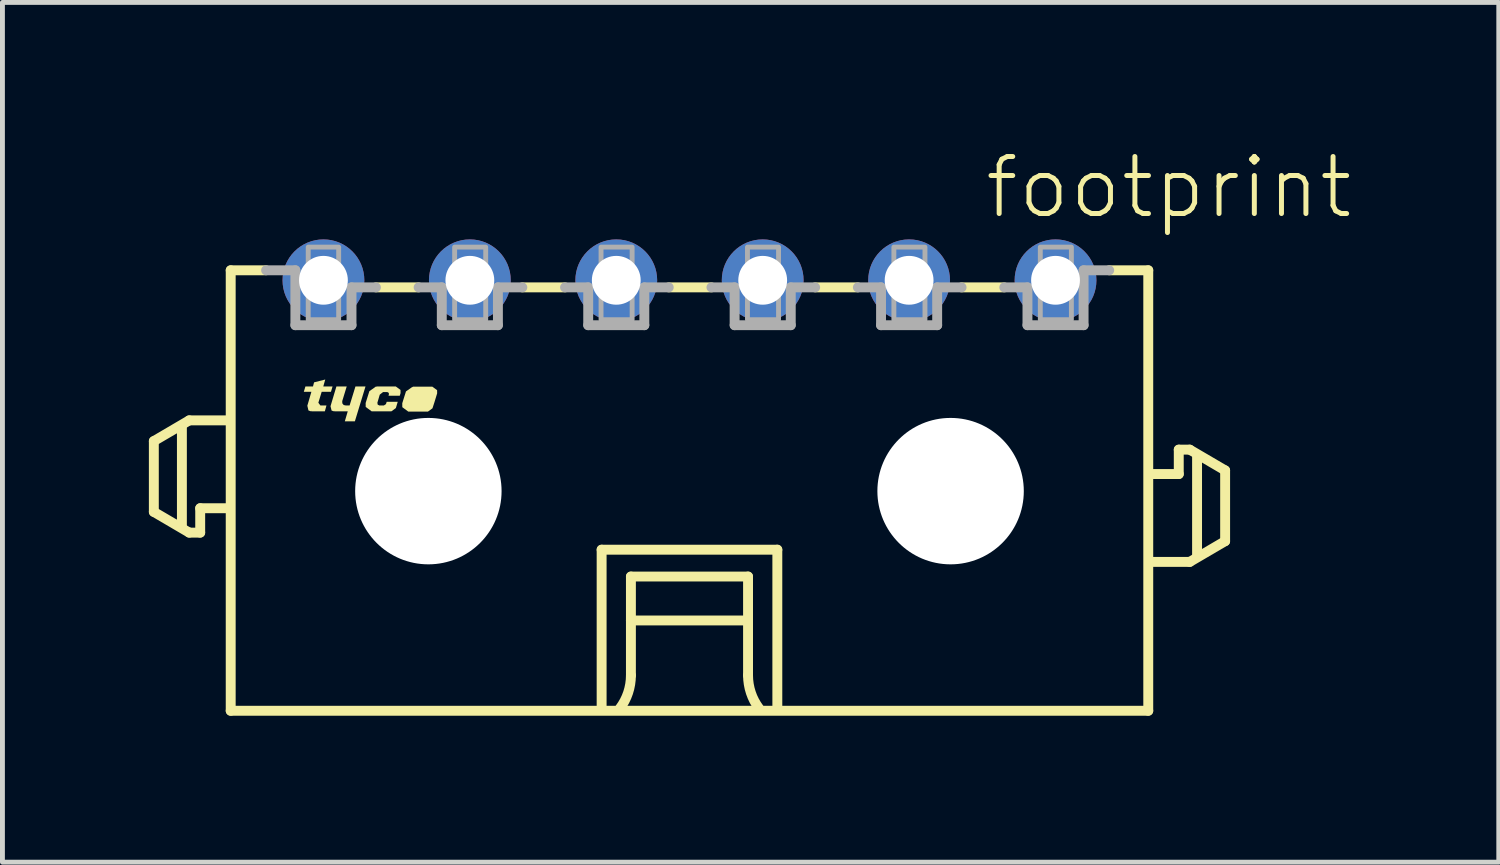
<source format=kicad_pcb>
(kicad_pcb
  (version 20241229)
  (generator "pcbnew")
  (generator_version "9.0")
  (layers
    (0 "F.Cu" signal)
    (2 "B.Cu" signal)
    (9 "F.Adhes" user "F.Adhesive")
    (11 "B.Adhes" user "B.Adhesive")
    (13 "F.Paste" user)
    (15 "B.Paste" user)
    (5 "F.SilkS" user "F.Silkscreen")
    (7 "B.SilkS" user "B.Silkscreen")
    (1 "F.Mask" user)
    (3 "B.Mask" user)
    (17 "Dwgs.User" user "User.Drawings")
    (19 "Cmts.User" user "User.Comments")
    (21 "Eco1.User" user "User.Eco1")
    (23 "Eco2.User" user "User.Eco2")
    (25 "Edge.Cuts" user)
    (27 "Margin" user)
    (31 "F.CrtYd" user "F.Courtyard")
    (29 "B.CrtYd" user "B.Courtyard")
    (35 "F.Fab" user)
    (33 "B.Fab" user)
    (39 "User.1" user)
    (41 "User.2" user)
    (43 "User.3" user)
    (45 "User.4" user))
  (footprint "footprint"
    (layer "F.Cu")
    (at 11.077 7.013)
    (property "Reference" "footprint" (at 6 -5.54 0) (layer "F.SilkS") (effects (font (size 1.168 1.168) (thickness 0.102)) (justify left bottom)))
    (fp_line (start -10.975 -1.025) (end -10.975 0.425) (stroke (width 0.203) (type solid)) (layer "F.SilkS"))
    (fp_line (start -10.975 0.425) (end -10.25 0.85) (stroke (width 0.203) (type solid)) (layer "F.SilkS"))
    (fp_line (start -10.4 0.7) (end -10.4 -1.3) (stroke (width 0.203) (type solid)) (layer "F.SilkS"))
    (fp_line (start -10.25 -1.45) (end -10.975 -1.025) (stroke (width 0.203) (type solid)) (layer "F.SilkS"))
    (fp_line (start -10.25 0.85) (end -10.025 0.85) (stroke (width 0.203) (type solid)) (layer "F.SilkS"))
    (fp_line (start -10.025 0.35) (end -9.5 0.35) (stroke (width 0.203) (type solid)) (layer "F.SilkS"))
    (fp_line (start -10.025 0.85) (end -10.025 0.35) (stroke (width 0.203) (type solid)) (layer "F.SilkS"))
    (fp_line (start -9.5 -1.45) (end -10.25 -1.45) (stroke (width 0.203) (type solid)) (layer "F.SilkS"))
    (fp_line (start -9.4 -4.525) (end -9.4 4.5) (stroke (width 0.203) (type solid)) (layer "F.SilkS"))
    (fp_line (start -9.4 -4.525) (end -8.675 -4.525) (stroke (width 0.203) (type solid)) (layer "F.SilkS"))
    (fp_line (start -9.4 4.5) (end 9.4 4.5) (stroke (width 0.203) (type solid)) (layer "F.SilkS"))
    (fp_line (start -5.55 -4.175) (end -6.425 -4.175) (stroke (width 0.203) (type solid)) (layer "F.SilkS"))
    (fp_line (start -2.55 -4.175) (end -3.425 -4.175) (stroke (width 0.203) (type solid)) (layer "F.SilkS"))
    (fp_line (start -1.8 1.2) (end 1.8 1.2) (stroke (width 0.203) (type solid)) (layer "F.SilkS"))
    (fp_line (start -1.8 4.4) (end -1.8 1.2) (stroke (width 0.203) (type solid)) (layer "F.SilkS"))
    (fp_line (start -1.2 1.75) (end -1.2 2.65) (stroke (width 0.203) (type solid)) (layer "F.SilkS"))
    (fp_line (start -1.2 2.65) (end -1.2 3.775) (stroke (width 0.203) (type solid)) (layer "F.SilkS"))
    (fp_line (start -1.2 2.65) (end 1.2 2.65) (stroke (width 0.203) (type solid)) (layer "F.SilkS"))
    (fp_line (start 0.45 -4.175) (end -0.425 -4.175) (stroke (width 0.203) (type solid)) (layer "F.SilkS"))
    (fp_line (start 1.2 1.75) (end -1.2 1.75) (stroke (width 0.203) (type solid)) (layer "F.SilkS"))
    (fp_line (start 1.2 2.65) (end 1.2 1.75) (stroke (width 0.203) (type solid)) (layer "F.SilkS"))
    (fp_line (start 1.2 2.65) (end 1.2 3.775) (stroke (width 0.203) (type solid)) (layer "F.SilkS"))
    (fp_line (start 1.8 1.2) (end 1.8 4.4) (stroke (width 0.203) (type solid)) (layer "F.SilkS"))
    (fp_line (start 3.45 -4.175) (end 2.575 -4.175) (stroke (width 0.203) (type solid)) (layer "F.SilkS"))
    (fp_line (start 6.45 -4.175) (end 5.575 -4.175) (stroke (width 0.203) (type solid)) (layer "F.SilkS"))
    (fp_line (start 9.4 -4.525) (end 8.6 -4.525) (stroke (width 0.203) (type solid)) (layer "F.SilkS"))
    (fp_line (start 9.4 4.5) (end 9.4 -4.525) (stroke (width 0.203) (type solid)) (layer "F.SilkS"))
    (fp_line (start 9.5 1.45) (end 10.25 1.45) (stroke (width 0.203) (type solid)) (layer "F.SilkS"))
    (fp_line (start 10.025 -0.85) (end 10.025 -0.35) (stroke (width 0.203) (type solid)) (layer "F.SilkS"))
    (fp_line (start 10.025 -0.35) (end 9.5 -0.35) (stroke (width 0.203) (type solid)) (layer "F.SilkS"))
    (fp_line (start 10.25 -0.85) (end 10.025 -0.85) (stroke (width 0.203) (type solid)) (layer "F.SilkS"))
    (fp_line (start 10.25 1.45) (end 10.975 1.025) (stroke (width 0.203) (type solid)) (layer "F.SilkS"))
    (fp_line (start 10.4 1.3) (end 10.4 -0.7) (stroke (width 0.203) (type solid)) (layer "F.SilkS"))
    (fp_line (start 10.975 -0.425) (end 10.25 -0.85) (stroke (width 0.203) (type solid)) (layer "F.SilkS"))
    (fp_line (start 10.975 1.025) (end 10.975 -0.425) (stroke (width 0.203) (type solid)) (layer "F.SilkS"))
    (fp_arc (start -1.2 3.775) (mid -1.257731 4.130756) (end -1.425 4.449999) (stroke (width 0.2032) (type solid)) (layer "F.SilkS"))
    (fp_arc (start 1.425 4.449999) (mid 1.257732 4.130756) (end 1.2 3.775) (stroke (width 0.2032) (type solid)) (layer "F.SilkS"))
    (fp_poly (pts (xy -7.115 -1.844) (xy -7.113 -1.799) (xy -7.085 -1.764) (xy -7.039 -1.755) (xy -6.964 -1.755) (xy -6.844 -2.145) (xy -6.638 -2.145) (xy -6.856 -1.43) (xy -7.062 -1.43) (xy -7.002 -1.635) (xy -7.28 -1.635) (xy -7.28 -1.645) (xy -7.285 -1.645) (xy -7.285 -1.64) (xy -7.287 -1.635) (xy -7.333 -1.651) (xy -7.355 -1.74) (xy -7.234 -2.145) (xy -7.023 -2.145)) (stroke (width 0) (type solid)) (fill yes) (layer "F.SilkS"))
    (fp_poly (pts (xy -7.503 -2.145) (xy -7.313 -2.145) (xy -7.346 -2.035) (xy -7.536 -2.035) (xy -7.604 -1.811) (xy -7.562 -1.755) (xy -7.438 -1.755) (xy -7.471 -1.635) (xy -7.75 -1.635) (xy -7.75 -1.645) (xy -7.755 -1.645) (xy -7.755 -1.64) (xy -7.757 -1.635) (xy -7.807 -1.653) (xy -7.83 -1.75) (xy -7.747 -2.035) (xy -7.902 -2.035) (xy -7.869 -2.145) (xy -7.714 -2.145) (xy -7.692 -2.229) (xy -7.463 -2.287)) (stroke (width 0) (type solid)) (fill yes) (layer "F.SilkS"))
    (fp_poly (pts (xy -5.171 -2.069) (xy -5.17 -2.005) (xy -5.17 -2.004) (xy -5.223 -1.83) (xy -5.223 -1.83) (xy -5.225 -1.823) (xy -5.226 -1.82) (xy -5.226 -1.82) (xy -5.266 -1.697) (xy -5.358 -1.63) (xy -5.762 -1.63) (xy -5.884 -1.72) (xy -5.885 -1.8) (xy -5.885 -1.801) (xy -5.809 -2.043) (xy -5.673 -2.139) (xy -5.67 -2.135) (xy -5.67 -2.13) (xy -5.665 -2.13) (xy -5.665 -2.14) (xy -5.268 -2.14)) (stroke (width 0) (type solid)) (fill yes) (layer "F.SilkS"))
    (fp_poly (pts (xy -5.921 -2.074) (xy -5.92 -2.01) (xy -5.92 -2.009) (xy -5.936 -1.955) (xy -6.167 -1.955) (xy -6.16 -1.976) (xy -6.158 -2.001) (xy -6.172 -2.022) (xy -6.196 -2.03) (xy -6.278 -2.03) (xy -6.346 -1.977) (xy -6.395 -1.81) (xy -6.388 -1.772) (xy -6.354 -1.755) (xy -6.262 -1.755) (xy -6.219 -1.783) (xy -6.204 -1.83) (xy -5.978 -1.83) (xy -6.016 -1.702) (xy -6.108 -1.635) (xy -6.512 -1.635) (xy -6.634 -1.725) (xy -6.635 -1.805) (xy -6.635 -1.806) (xy -6.559 -2.048) (xy -6.423 -2.144) (xy -6.42 -2.14) (xy -6.42 -2.135) (xy -6.415 -2.135) (xy -6.415 -2.145) (xy -6.018 -2.145)) (stroke (width 0) (type solid)) (fill yes) (layer "F.SilkS"))
    (fp_line (start -8.075 -4.525) (end -8.675 -4.525) (stroke (width 0.203) (type solid)) (layer "F.Fab"))
    (fp_line (start -8.075 -3.4) (end -8.075 -4.525) (stroke (width 0.203) (type solid)) (layer "F.Fab"))
    (fp_line (start -6.925 -4.175) (end -6.925 -3.4) (stroke (width 0.203) (type solid)) (layer "F.Fab"))
    (fp_line (start -6.925 -3.4) (end -8.075 -3.4) (stroke (width 0.203) (type solid)) (layer "F.Fab"))
    (fp_line (start -6.425 -4.175) (end -6.925 -4.175) (stroke (width 0.203) (type solid)) (layer "F.Fab"))
    (fp_line (start -5.075 -4.175) (end -5.55 -4.175) (stroke (width 0.203) (type solid)) (layer "F.Fab"))
    (fp_line (start -5.075 -3.4) (end -5.075 -4.175) (stroke (width 0.203) (type solid)) (layer "F.Fab"))
    (fp_line (start -3.925 -4.175) (end -3.925 -3.4) (stroke (width 0.203) (type solid)) (layer "F.Fab"))
    (fp_line (start -3.925 -3.4) (end -5.075 -3.4) (stroke (width 0.203) (type solid)) (layer "F.Fab"))
    (fp_line (start -3.425 -4.175) (end -3.925 -4.175) (stroke (width 0.203) (type solid)) (layer "F.Fab"))
    (fp_line (start -2.075 -4.175) (end -2.55 -4.175) (stroke (width 0.203) (type solid)) (layer "F.Fab"))
    (fp_line (start -2.075 -3.4) (end -2.075 -4.175) (stroke (width 0.203) (type solid)) (layer "F.Fab"))
    (fp_line (start -0.925 -4.175) (end -0.925 -3.4) (stroke (width 0.203) (type solid)) (layer "F.Fab"))
    (fp_line (start -0.925 -3.4) (end -2.075 -3.4) (stroke (width 0.203) (type solid)) (layer "F.Fab"))
    (fp_line (start -0.425 -4.175) (end -0.925 -4.175) (stroke (width 0.203) (type solid)) (layer "F.Fab"))
    (fp_line (start 0.925 -4.175) (end 0.45 -4.175) (stroke (width 0.203) (type solid)) (layer "F.Fab"))
    (fp_line (start 0.925 -3.4) (end 0.925 -4.175) (stroke (width 0.203) (type solid)) (layer "F.Fab"))
    (fp_line (start 2.075 -4.175) (end 2.075 -3.4) (stroke (width 0.203) (type solid)) (layer "F.Fab"))
    (fp_line (start 2.075 -3.4) (end 0.925 -3.4) (stroke (width 0.203) (type solid)) (layer "F.Fab"))
    (fp_line (start 2.575 -4.175) (end 2.075 -4.175) (stroke (width 0.203) (type solid)) (layer "F.Fab"))
    (fp_line (start 3.925 -4.175) (end 3.45 -4.175) (stroke (width 0.203) (type solid)) (layer "F.Fab"))
    (fp_line (start 3.925 -3.4) (end 3.925 -4.175) (stroke (width 0.203) (type solid)) (layer "F.Fab"))
    (fp_line (start 5.075 -4.175) (end 5.075 -3.4) (stroke (width 0.203) (type solid)) (layer "F.Fab"))
    (fp_line (start 5.075 -3.4) (end 3.925 -3.4) (stroke (width 0.203) (type solid)) (layer "F.Fab"))
    (fp_line (start 5.575 -4.175) (end 5.075 -4.175) (stroke (width 0.203) (type solid)) (layer "F.Fab"))
    (fp_line (start 6.925 -4.175) (end 6.45 -4.175) (stroke (width 0.203) (type solid)) (layer "F.Fab"))
    (fp_line (start 6.925 -3.4) (end 6.925 -4.175) (stroke (width 0.203) (type solid)) (layer "F.Fab"))
    (fp_line (start 8.075 -4.525) (end 8.075 -3.4) (stroke (width 0.203) (type solid)) (layer "F.Fab"))
    (fp_line (start 8.075 -3.4) (end 6.925 -3.4) (stroke (width 0.203) (type solid)) (layer "F.Fab"))
    (fp_line (start 8.6 -4.525) (end 8.075 -4.525) (stroke (width 0.203) (type solid)) (layer "F.Fab"))
    (fp_poly (pts (xy -7.812 -3.513) (xy -7.188 -3.513) (xy -7.188 -5) (xy -7.812 -5)) (stroke (width 0.1) (type solid)) (fill no) (layer "F.Fab"))
    (fp_poly (pts (xy -4.812 -3.513) (xy -4.175 -3.513) (xy -4.175 -5) (xy -4.812 -5)) (stroke (width 0.1) (type solid)) (fill no) (layer "F.Fab"))
    (fp_poly (pts (xy -1.812 -3.513) (xy -1.175 -3.513) (xy -1.175 -5) (xy -1.812 -5)) (stroke (width 0.1) (type solid)) (fill no) (layer "F.Fab"))
    (fp_poly (pts (xy 1.188 -3.513) (xy 1.825 -3.513) (xy 1.825 -5) (xy 1.188 -5)) (stroke (width 0.1) (type solid)) (fill no) (layer "F.Fab"))
    (fp_poly (pts (xy 4.188 -3.513) (xy 4.825 -3.513) (xy 4.825 -5) (xy 4.188 -5)) (stroke (width 0.1) (type solid)) (fill no) (layer "F.Fab"))
    (fp_poly (pts (xy 7.188 -3.513) (xy 7.825 -3.513) (xy 7.825 -5) (xy 7.188 -5)) (stroke (width 0.1) (type solid)) (fill no) (layer "F.Fab"))
    (pad "" np_thru_hole circle (at -5.35 0) (size 3 3) (drill 3) (layers "*.Cu" "*.Mask"))
    (pad "" np_thru_hole circle (at 5.35 0) (size 3 3) (drill 3) (layers "*.Cu" "*.Mask"))
    (pad "1" thru_hole circle (at 7.5 -4.32) (size 1.676 1.676) (drill 1) (layers "*.Cu" "*.Mask"))
    (pad "2" thru_hole circle (at 4.5 -4.32) (size 1.676 1.676) (drill 1) (layers "*.Cu" "*.Mask"))
    (pad "3" thru_hole circle (at 1.5 -4.32) (size 1.676 1.676) (drill 1) (layers "*.Cu" "*.Mask"))
    (pad "4" thru_hole circle (at -1.5 -4.32) (size 1.676 1.676) (drill 1) (layers "*.Cu" "*.Mask"))
    (pad "5" thru_hole circle (at -4.5 -4.32) (size 1.676 1.676) (drill 1) (layers "*.Cu" "*.Mask"))
    (pad "6" thru_hole circle (at -7.5 -4.32) (size 1.676 1.676) (drill 1) (layers "*.Cu" "*.Mask")))
  (gr_rect
    (start -3 -3)
    (end 27.659 14.615)
    (stroke (width 0.1) (type default))
    (fill no)
    (layer "Edge.Cuts")))
</source>
